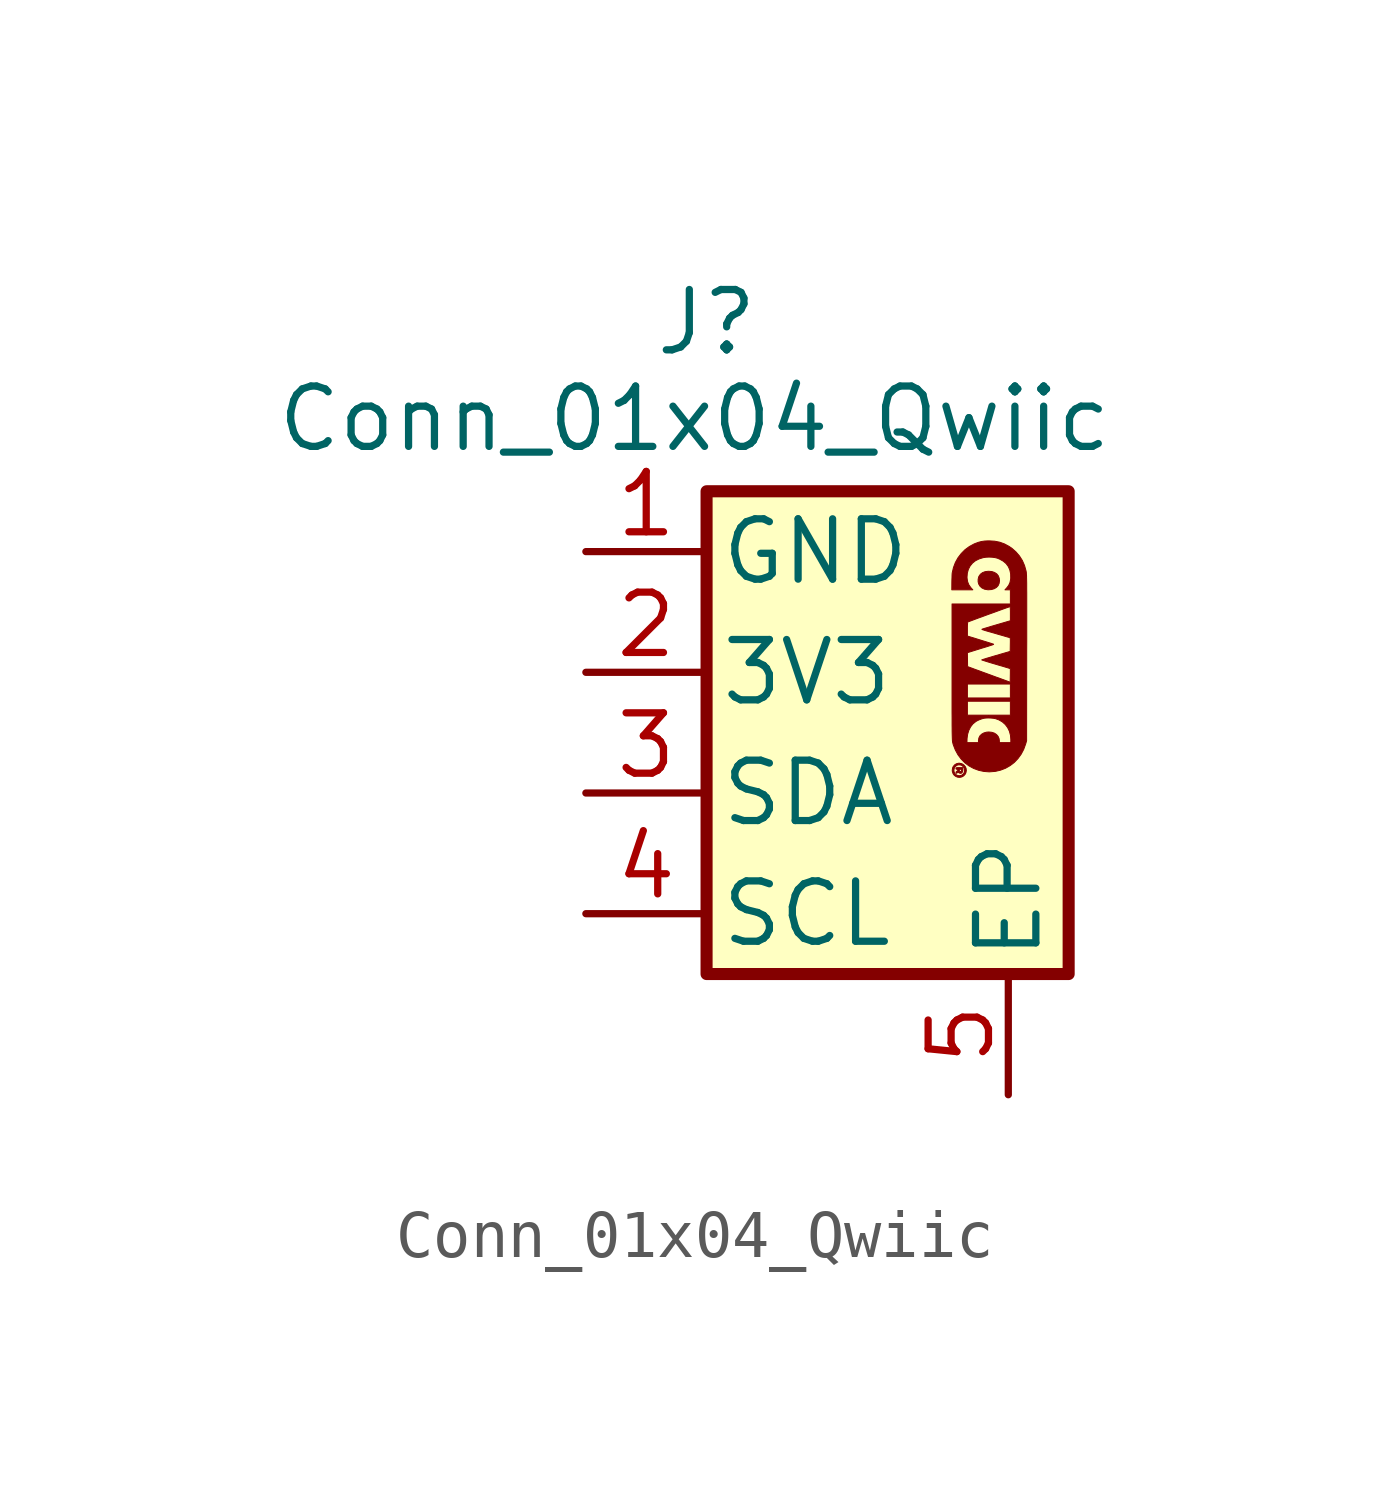
<source format=kicad_sym>
(kicad_symbol_lib
  (version 20241209)
  (generator "kicad_symbol_editor")
  (generator_version "9.0")
  (symbol "Conn_01x04_Qwiic"
    (pin_names
      (offset 0.254))
    (property "Reference" "J"
      (at 0 3.556 0)
      (effects (font (size 1.27 1.27))))
    (property "Value" "Conn_01x04_Qwiic"
      (at -0.254 1.524 0)
      (effects (font (size 1.27 1.27))))
    (symbol "Conn_01x04_Qwiic_0_0"
      (polyline (pts (xy 5.173 -5.9) (xy 5.188 -5.944) (xy 5.214 -5.979) (xy 5.248 -6.003) (xy 5.287 -6.018) (xy 5.33 -6.021) (xy 5.371 -6.012) (xy 5.41 -5.99) (xy 5.443 -5.954) (xy 5.458 -5.923) (xy 5.467 -5.878) (xy 5.462 -5.834) (xy 5.444 -5.794) (xy 5.414 -5.76) (xy 5.375 -5.735) (xy 5.336 -5.726) (xy 5.336 -5.758) (xy 5.372 -5.771) (xy 5.402 -5.796) (xy 5.423 -5.83) (xy 5.43 -5.873) (xy 5.426 -5.909) (xy 5.408 -5.944) (xy 5.374 -5.972) (xy 5.365 -5.977) (xy 5.325 -5.987) (xy 5.285 -5.982) (xy 5.25 -5.965) (xy 5.222 -5.935) (xy 5.21 -5.909) (xy 5.205 -5.869) (xy 5.213 -5.829) (xy 5.233 -5.794) (xy 5.264 -5.769) (xy 5.296 -5.758) (xy 5.336 -5.758) (xy 5.336 -5.726) (xy 5.327 -5.723) (xy 5.305 -5.723) (xy 5.259 -5.734) (xy 5.219 -5.759) (xy 5.19 -5.795) (xy 5.178 -5.821) (xy 5.17 -5.872) (xy 5.173 -5.9)) (stroke (width 0.01) (type default)) (fill (type outline)))
      (polyline (pts (xy 5.25 -5.933) (xy 5.259 -5.935) (xy 5.277 -5.924) (xy 5.282 -5.92) (xy 5.295 -5.916) (xy 5.311 -5.924) (xy 5.33 -5.934) (xy 5.356 -5.936) (xy 5.376 -5.922) (xy 5.389 -5.896) (xy 5.394 -5.857) (xy 5.394 -5.816) (xy 5.343 -5.816) (xy 5.343 -5.851) (xy 5.358 -5.851) (xy 5.367 -5.858) (xy 5.367 -5.874) (xy 5.366 -5.879) (xy 5.359 -5.894) (xy 5.343 -5.898) (xy 5.338 -5.898) (xy 5.324 -5.892) (xy 5.318 -5.874) (xy 5.318 -5.86) (xy 5.324 -5.852) (xy 5.343 -5.851) (xy 5.343 -5.816) (xy 5.321 -5.816) (xy 5.296 -5.816) (xy 5.27 -5.817) (xy 5.255 -5.82) (xy 5.249 -5.825) (xy 5.248 -5.833) (xy 5.252 -5.846) (xy 5.269 -5.851) (xy 5.285 -5.854) (xy 5.291 -5.866) (xy 5.285 -5.88) (xy 5.269 -5.892) (xy 5.255 -5.902) (xy 5.248 -5.919) (xy 5.25 -5.933)) (stroke (width 0.01) (type default)) (fill (type outline)))
      (polyline (pts (xy 5.382 -2.074) (xy 5.603 -2.074) (xy 5.567 -2.035) (xy 5.558 -2.024) (xy 5.518 -1.966) (xy 5.493 -1.901) (xy 5.482 -1.828) (xy 5.481 -1.806) (xy 5.488 -1.72) (xy 5.51 -1.642) (xy 5.546 -1.573) (xy 5.596 -1.512) (xy 5.659 -1.462) (xy 5.735 -1.424) (xy 5.822 -1.397) (xy 5.826 -1.396) (xy 5.882 -1.388) (xy 5.946 -1.385) (xy 6.01 -1.388) (xy 6.07 -1.396) (xy 6.119 -1.408) (xy 6.169 -1.429) (xy 6.244 -1.471) (xy 6.304 -1.522) (xy 6.35 -1.584) (xy 6.381 -1.654) (xy 6.399 -1.734) (xy 6.401 -1.824) (xy 6.399 -1.853) (xy 6.385 -1.921) (xy 6.358 -1.98) (xy 6.316 -2.035) (xy 6.28 -2.074) (xy 6.337 -2.074) (xy 6.394 -2.074) (xy 6.394 -2.223) (xy 6.394 -2.372) (xy 6.387 -2.372) (xy 6.387 -2.428) (xy 6.389 -2.433) (xy 6.391 -2.454) (xy 6.393 -2.486) (xy 6.394 -2.528) (xy 6.394 -2.576) (xy 6.394 -2.725) (xy 6.103 -2.81) (xy 6.045 -2.827) (xy 5.981 -2.846) (xy 5.923 -2.864) (xy 5.875 -2.878) (xy 5.836 -2.89) (xy 5.811 -2.898) (xy 5.8 -2.902) (xy 5.798 -2.903) (xy 5.796 -2.905) (xy 5.795 -2.907) (xy 5.799 -2.909) (xy 5.808 -2.913) (xy 5.824 -2.918) (xy 5.847 -2.926) (xy 5.88 -2.936) (xy 5.924 -2.949) (xy 5.981 -2.965) (xy 6.051 -2.985) (xy 6.136 -3.01) (xy 6.139 -3.011) (xy 6.199 -3.028) (xy 6.255 -3.044) (xy 6.303 -3.058) (xy 6.341 -3.069) (xy 6.367 -3.076) (xy 6.379 -3.08) (xy 6.382 -3.081) (xy 6.387 -3.085) (xy 6.39 -3.094) (xy 6.392 -3.11) (xy 6.393 -3.136) (xy 6.393 -3.174) (xy 6.392 -3.227) (xy 6.39 -3.37) (xy 6.09 -3.457) (xy 6.023 -3.477) (xy 5.96 -3.496) (xy 5.904 -3.512) (xy 5.857 -3.527) (xy 5.822 -3.538) (xy 5.799 -3.546) (xy 5.791 -3.549) (xy 5.799 -3.553) (xy 5.821 -3.56) (xy 5.856 -3.571) (xy 5.903 -3.586) (xy 5.958 -3.603) (xy 6.021 -3.622) (xy 6.09 -3.642) (xy 6.157 -3.662) (xy 6.22 -3.68) (xy 6.276 -3.697) (xy 6.324 -3.711) (xy 6.36 -3.722) (xy 6.383 -3.73) (xy 6.392 -3.733) (xy 6.392 -3.737) (xy 6.393 -3.757) (xy 6.393 -3.789) (xy 6.393 -3.83) (xy 6.392 -3.878) (xy 6.39 -4.019) (xy 6.054 -3.896) (xy 6.038 -3.89) (xy 5.96 -3.861) (xy 5.942 -3.855) (xy 5.942 -4.057) (xy 6.394 -4.057) (xy 6.394 -4.204) (xy 6.394 -4.35) (xy 5.942 -4.35) (xy 5.942 -4.419) (xy 6.394 -4.419) (xy 6.394 -4.566) (xy 6.394 -4.712) (xy 5.942 -4.712) (xy 5.937 -4.712) (xy 5.937 -4.771) (xy 5.988 -4.773) (xy 6.039 -4.778) (xy 6.079 -4.785) (xy 6.153 -4.812) (xy 6.225 -4.854) (xy 6.287 -4.909) (xy 6.336 -4.974) (xy 6.373 -5.05) (xy 6.395 -5.133) (xy 6.403 -5.223) (xy 6.403 -5.29) (xy 6.282 -5.29) (xy 6.162 -5.29) (xy 6.162 -5.25) (xy 6.156 -5.207) (xy 6.136 -5.16) (xy 6.103 -5.121) (xy 6.059 -5.091) (xy 6.004 -5.073) (xy 5.941 -5.066) (xy 5.891 -5.07) (xy 5.835 -5.086) (xy 5.788 -5.113) (xy 5.752 -5.149) (xy 5.73 -5.194) (xy 5.722 -5.247) (xy 5.722 -5.29) (xy 5.601 -5.29) (xy 5.48 -5.29) (xy 5.481 -5.228) (xy 5.482 -5.202) (xy 5.494 -5.113) (xy 5.519 -5.032) (xy 5.556 -4.959) (xy 5.604 -4.897) (xy 5.664 -4.848) (xy 5.665 -4.847) (xy 5.698 -4.828) (xy 5.739 -4.809) (xy 5.779 -4.794) (xy 5.785 -4.792) (xy 5.821 -4.781) (xy 5.853 -4.775) (xy 5.89 -4.772) (xy 5.937 -4.771) (xy 5.937 -4.712) (xy 5.489 -4.712) (xy 5.489 -4.566) (xy 5.489 -4.419) (xy 5.942 -4.419) (xy 5.942 -4.35) (xy 5.489 -4.35) (xy 5.489 -4.204) (xy 5.489 -4.057) (xy 5.942 -4.057) (xy 5.942 -3.855) (xy 5.884 -3.833) (xy 5.811 -3.807) (xy 5.744 -3.782) (xy 5.686 -3.761) (xy 5.639 -3.744) (xy 5.605 -3.731) (xy 5.493 -3.69) (xy 5.491 -3.544) (xy 5.489 -3.397) (xy 5.763 -3.312) (xy 5.798 -3.301) (xy 5.868 -3.28) (xy 5.923 -3.263) (xy 5.965 -3.249) (xy 5.997 -3.239) (xy 6.019 -3.232) (xy 6.032 -3.226) (xy 6.039 -3.223) (xy 6.041 -3.22) (xy 6.04 -3.218) (xy 6.033 -3.216) (xy 6.012 -3.209) (xy 5.979 -3.198) (xy 5.936 -3.185) (xy 5.886 -3.169) (xy 5.83 -3.152) (xy 5.773 -3.134) (xy 5.715 -3.116) (xy 5.66 -3.099) (xy 5.609 -3.083) (xy 5.565 -3.07) (xy 5.53 -3.059) (xy 5.489 -3.047) (xy 5.489 -2.902) (xy 5.489 -2.865) (xy 5.49 -2.821) (xy 5.492 -2.785) (xy 5.494 -2.761) (xy 5.497 -2.752) (xy 5.504 -2.748) (xy 5.527 -2.74) (xy 5.562 -2.727) (xy 5.608 -2.71) (xy 5.663 -2.689) (xy 5.725 -2.666) (xy 5.793 -2.642) (xy 5.865 -2.615) (xy 5.939 -2.588) (xy 6.012 -2.562) (xy 6.084 -2.536) (xy 6.152 -2.511) (xy 6.215 -2.488) (xy 6.271 -2.468) (xy 6.318 -2.451) (xy 6.354 -2.439) (xy 6.378 -2.43) (xy 6.387 -2.428) (xy 6.387 -2.372) (xy 5.78 -2.372) (xy 5.166 -2.372) (xy 5.166 -3.803) (xy 5.166 -3.95) (xy 5.166 -4.122) (xy 5.166 -4.277) (xy 5.166 -4.418) (xy 5.166 -4.545) (xy 5.166 -4.658) (xy 5.167 -4.759) (xy 5.167 -4.847) (xy 5.167 -4.925) (xy 5.168 -4.993) (xy 5.168 -5.051) (xy 5.169 -5.101) (xy 5.17 -5.143) (xy 5.171 -5.177) (xy 5.172 -5.206) (xy 5.173 -5.229) (xy 5.174 -5.248) (xy 5.176 -5.263) (xy 5.177 -5.275) (xy 5.179 -5.285) (xy 5.181 -5.293) (xy 5.192 -5.334) (xy 5.235 -5.444) (xy 5.29 -5.545) (xy 5.357 -5.635) (xy 5.435 -5.714) (xy 5.523 -5.78) (xy 5.62 -5.833) (xy 5.724 -5.872) (xy 5.834 -5.896) (xy 5.95 -5.905) (xy 5.962 -5.904) (xy 6.078 -5.895) (xy 6.188 -5.869) (xy 6.292 -5.829) (xy 6.388 -5.774) (xy 6.476 -5.707) (xy 6.553 -5.626) (xy 6.62 -5.534) (xy 6.674 -5.432) (xy 6.715 -5.319) (xy 6.735 -5.251) (xy 6.737 -3.503) (xy 6.737 -3.352) (xy 6.738 -3.16) (xy 6.738 -2.983) (xy 6.738 -2.822) (xy 6.738 -2.676) (xy 6.738 -2.543) (xy 6.738 -2.423) (xy 6.738 -2.316) (xy 6.738 -2.22) (xy 6.738 -2.135) (xy 6.737 -2.06) (xy 6.737 -1.994) (xy 6.737 -1.937) (xy 6.736 -1.889) (xy 6.735 -1.847) (xy 6.734 -1.812) (xy 6.734 -1.782) (xy 6.732 -1.758) (xy 6.731 -1.738) (xy 6.73 -1.721) (xy 6.729 -1.707) (xy 6.727 -1.695) (xy 6.725 -1.685) (xy 6.723 -1.675) (xy 6.692 -1.564) (xy 6.646 -1.458) (xy 6.585 -1.362) (xy 6.511 -1.276) (xy 6.425 -1.2) (xy 6.364 -1.159) (xy 6.269 -1.108) (xy 6.17 -1.072) (xy 6.064 -1.051) (xy 5.95 -1.044) (xy 5.923 -1.044) (xy 5.849 -1.048) (xy 5.783 -1.058) (xy 5.719 -1.075) (xy 5.649 -1.101) (xy 5.628 -1.11) (xy 5.529 -1.164) (xy 5.438 -1.231) (xy 5.359 -1.311) (xy 5.291 -1.4) (xy 5.236 -1.499) (xy 5.196 -1.605) (xy 5.17 -1.716) (xy 5.168 -1.734) (xy 5.166 -1.768) (xy 5.165 -1.812) (xy 5.163 -1.863) (xy 5.162 -1.917) (xy 5.161 -2.074) (xy 5.382 -2.074)) (stroke (width 0.01) (type default)) (fill (type outline)))
      (polyline (pts (xy 5.715 -1.905) (xy 5.727 -1.952) (xy 5.727 -1.952) (xy 5.756 -2) (xy 5.797 -2.036) (xy 5.85 -2.061) (xy 5.913 -2.072) (xy 5.931 -2.073) (xy 5.997 -2.068) (xy 6.054 -2.051) (xy 6.101 -2.023) (xy 6.136 -1.985) (xy 6.157 -1.937) (xy 6.165 -1.881) (xy 6.159 -1.831) (xy 6.14 -1.78) (xy 6.107 -1.739) (xy 6.061 -1.709) (xy 6.005 -1.69) (xy 5.938 -1.684) (xy 5.928 -1.684) (xy 5.862 -1.692) (xy 5.807 -1.713) (xy 5.763 -1.746) (xy 5.732 -1.791) (xy 5.726 -1.805) (xy 5.715 -1.854) (xy 5.715 -1.905)) (stroke (width 0.01) (type default)) (fill (type outline))))
    (symbol "Conn_01x04_Qwiic_1_1"
      (rectangle (start 0 0) (end 7.62 -10.16) (stroke (width 0.254) (type default)) (fill (type background)))
      (pin power_in line (at -2.54 -1.27 0) (length 2.54) (name "GND" (effects (font (size 1.27 1.27)))) (number "1" (effects (font (size 1.27 1.27)))))
      (pin power_in line (at -2.54 -3.81 0) (length 2.54) (name "3V3" (effects (font (size 1.27 1.27)))) (number "2" (effects (font (size 1.27 1.27)))))
      (pin bidirectional line (at -2.54 -6.35 0) (length 2.54) (name "SDA" (effects (font (size 1.27 1.27)))) (number "3" (effects (font (size 1.27 1.27)))))
      (pin bidirectional line (at -2.54 -8.89 0) (length 2.54) (name "SCL" (effects (font (size 1.27 1.27)))) (number "4" (effects (font (size 1.27 1.27)))))
      (pin passive line (at 6.35 -12.7 90) (length 2.54) (name "EP" (effects (font (size 1.27 1.27)))) (number "5" (effects (font (size 1.27 1.27))))))))
</source>
